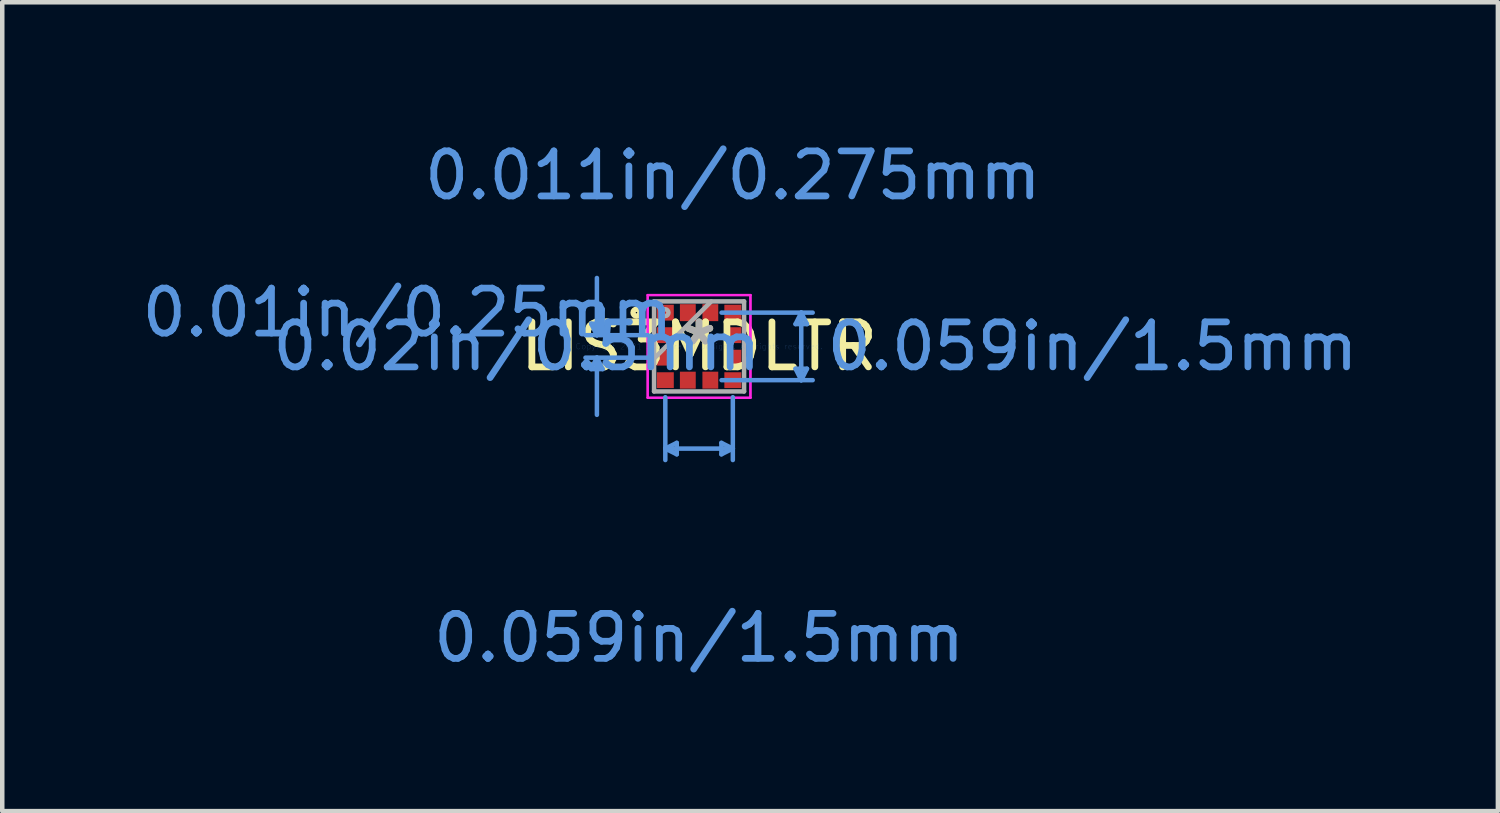
<source format=kicad_pcb>
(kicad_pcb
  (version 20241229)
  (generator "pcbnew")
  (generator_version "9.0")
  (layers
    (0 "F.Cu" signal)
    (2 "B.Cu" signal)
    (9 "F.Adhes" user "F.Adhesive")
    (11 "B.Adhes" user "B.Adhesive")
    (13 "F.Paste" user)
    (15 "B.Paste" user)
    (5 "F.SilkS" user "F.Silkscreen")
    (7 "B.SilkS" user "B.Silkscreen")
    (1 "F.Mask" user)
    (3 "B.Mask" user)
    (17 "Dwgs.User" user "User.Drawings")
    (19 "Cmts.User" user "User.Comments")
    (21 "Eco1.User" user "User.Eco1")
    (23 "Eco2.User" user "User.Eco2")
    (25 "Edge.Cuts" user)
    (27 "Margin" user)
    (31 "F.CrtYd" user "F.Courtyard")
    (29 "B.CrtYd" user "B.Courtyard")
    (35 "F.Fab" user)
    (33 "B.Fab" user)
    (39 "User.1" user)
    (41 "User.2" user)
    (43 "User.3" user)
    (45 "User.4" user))
  (footprint "LIS3MDLTR"
    (layer "F.Cu")
    (at 12.481 4.646)
    (property "Reference" "LIS3MDLTR" (at 0 0 0) (layer "F.SilkS") (effects (font (size 1 1) (thickness 0.15))))
    (attr through_hole)
    (fp_circle (center -1.391 -0.75) (end -1.315 -0.75) (stroke (width 0.12) (type solid)) (fill no) (layer "F.SilkS"))
    (fp_line (start -2.397 -0.504) (end -2.27 -0.25) (stroke (width 0.1) (type solid)) (layer "Cmts.User"))
    (fp_line (start -2.397 0.504) (end -2.27 0.25) (stroke (width 0.1) (type solid)) (layer "Cmts.User"))
    (fp_line (start -2.27 -0.25) (end -2.27 -1.52) (stroke (width 0.1) (type solid)) (layer "Cmts.User"))
    (fp_line (start -2.27 -0.25) (end -2.143 -0.504) (stroke (width 0.1) (type solid)) (layer "Cmts.User"))
    (fp_line (start -2.27 0.25) (end -2.27 1.52) (stroke (width 0.1) (type solid)) (layer "Cmts.User"))
    (fp_line (start -2.27 0.25) (end -2.143 0.504) (stroke (width 0.1) (type solid)) (layer "Cmts.User"))
    (fp_line (start -2.143 -0.504) (end -2.397 -0.504) (stroke (width 0.1) (type solid)) (layer "Cmts.User"))
    (fp_line (start -2.143 0.504) (end -2.397 0.504) (stroke (width 0.1) (type solid)) (layer "Cmts.User"))
    (fp_line (start -1.141 -0.25) (end -2.524 -0.25) (stroke (width 0.1) (type solid)) (layer "Cmts.User"))
    (fp_line (start -1.141 0.25) (end -2.524 0.25) (stroke (width 0.1) (type solid)) (layer "Cmts.User"))
    (fp_line (start -0.75 1.129) (end -0.75 2.524) (stroke (width 0.1) (type solid)) (layer "Cmts.User"))
    (fp_line (start -0.75 2.27) (end -0.496 2.397) (stroke (width 0.1) (type solid)) (layer "Cmts.User"))
    (fp_line (start -0.75 2.27) (end 0.75 2.27) (stroke (width 0.1) (type solid)) (layer "Cmts.User"))
    (fp_line (start -0.496 2.143) (end -0.75 2.27) (stroke (width 0.1) (type solid)) (layer "Cmts.User"))
    (fp_line (start -0.496 2.397) (end -0.496 2.143) (stroke (width 0.1) (type solid)) (layer "Cmts.User"))
    (fp_line (start 0.496 2.143) (end 0.75 2.27) (stroke (width 0.1) (type solid)) (layer "Cmts.User"))
    (fp_line (start 0.496 2.397) (end 0.496 2.143) (stroke (width 0.1) (type solid)) (layer "Cmts.User"))
    (fp_line (start 0.5 -0.75) (end 2.524 -0.75) (stroke (width 0.1) (type solid)) (layer "Cmts.User"))
    (fp_line (start 0.5 0.75) (end 2.524 0.75) (stroke (width 0.1) (type solid)) (layer "Cmts.User"))
    (fp_line (start 0.75 1.129) (end 0.75 2.524) (stroke (width 0.1) (type solid)) (layer "Cmts.User"))
    (fp_line (start 0.75 2.27) (end 0.496 2.397) (stroke (width 0.1) (type solid)) (layer "Cmts.User"))
    (fp_line (start 2.143 -0.496) (end 2.397 -0.496) (stroke (width 0.1) (type solid)) (layer "Cmts.User"))
    (fp_line (start 2.143 0.496) (end 2.397 0.496) (stroke (width 0.1) (type solid)) (layer "Cmts.User"))
    (fp_line (start 2.27 -0.75) (end 2.143 -0.496) (stroke (width 0.1) (type solid)) (layer "Cmts.User"))
    (fp_line (start 2.27 0.75) (end 2.143 0.496) (stroke (width 0.1) (type solid)) (layer "Cmts.User"))
    (fp_line (start 2.27 0.75) (end 2.27 -0.75) (stroke (width 0.1) (type solid)) (layer "Cmts.User"))
    (fp_line (start 2.397 -0.496) (end 2.27 -0.75) (stroke (width 0.1) (type solid)) (layer "Cmts.User"))
    (fp_line (start 2.397 0.496) (end 2.27 0.75) (stroke (width 0.1) (type solid)) (layer "Cmts.User"))
    (fp_line (start -1.141 -1.141) (end 1.141 -1.141) (stroke (width 0.05) (type solid)) (layer "F.CrtYd"))
    (fp_line (start -1.141 -1.141) (end 1.141 -1.141) (stroke (width 0.05) (type solid)) (layer "F.CrtYd"))
    (fp_line (start -1.141 1.141) (end -1.141 -1.141) (stroke (width 0.05) (type solid)) (layer "F.CrtYd"))
    (fp_line (start -1.141 1.141) (end -1.141 -1.141) (stroke (width 0.05) (type solid)) (layer "F.CrtYd"))
    (fp_line (start 1.141 -1.141) (end 1.141 1.141) (stroke (width 0.05) (type solid)) (layer "F.CrtYd"))
    (fp_line (start 1.141 -1.141) (end 1.141 1.141) (stroke (width 0.05) (type solid)) (layer "F.CrtYd"))
    (fp_line (start 1.141 1.141) (end -1.141 1.141) (stroke (width 0.05) (type solid)) (layer "F.CrtYd"))
    (fp_line (start 1.141 1.141) (end -1.141 1.141) (stroke (width 0.05) (type solid)) (layer "F.CrtYd"))
    (fp_line (start -1 -1) (end -1 1) (stroke (width 0.1) (type solid)) (layer "F.Fab"))
    (fp_line (start -1 0.27) (end 0.27 -1) (stroke (width 0.1) (type solid)) (layer "F.Fab"))
    (fp_line (start -1 1) (end 1 1) (stroke (width 0.1) (type solid)) (layer "F.Fab"))
    (fp_line (start 1 -1) (end -1 -1) (stroke (width 0.1) (type solid)) (layer "F.Fab"))
    (fp_line (start 1 1) (end 1 -1) (stroke (width 0.1) (type solid)) (layer "F.Fab"))
    (fp_circle (center -0.756 -0.75) (end -0.68 -0.75) (stroke (width 0.1) (type solid)) (fill no) (layer "F.Fab"))
    (fp_text user "*" (at 0 0 0) (layer "F.SilkS") (effects (font (size 1 1) (thickness 0.15))))
    (fp_text user "0.011in/0.275mm" (at 0.75 -3.798 0) (layer "Cmts.User") (effects (font (size 1 1) (thickness 0.15))))
    (fp_text user "Copyright 2021 Accelerated Designs. All rights reserved." (at 0 0 0) (layer "Cmts.User") (effects (font (size 0.127 0.127) (thickness 0.002))))
    (fp_text user "0.059in/1.5mm" (at 0 6.476 0) (layer "Cmts.User") (effects (font (size 1 1) (thickness 0.15))))
    (fp_text user "0.059in/1.5mm" (at 8.741 0 0) (layer "Cmts.User") (effects (font (size 1 1) (thickness 0.15))))
    (fp_text user "0.02in/0.5mm" (at -4.048 0 0) (layer "Cmts.User") (effects (font (size 1 1) (thickness 0.15))))
    (fp_text user "0.01in/0.25mm" (at -6.476 -0.75 0) (layer "Cmts.User") (effects (font (size 1 1) (thickness 0.15))))
    (fp_text user "*" (at 0 0 0) (layer "F.Fab") (effects (font (size 1 1) (thickness 0.15))))
    (pad "1" smd rect (at -0.75 -0.75) (size 0.377 0.352) (layers "F.Cu" "F.Mask" "F.Paste"))
    (pad "2" smd rect (at -0.75 -0.25) (size 0.377 0.352) (layers "F.Cu" "F.Mask" "F.Paste"))
    (pad "3" smd rect (at -0.75 0.25) (size 0.377 0.352) (layers "F.Cu" "F.Mask" "F.Paste"))
    (pad "4" smd rect (at -0.75 0.75) (size 0.377 0.352) (layers "F.Cu" "F.Mask" "F.Paste"))
    (pad "5" smd rect (at -0.25 0.75 90) (size 0.377 0.352) (layers "F.Cu" "F.Mask" "F.Paste"))
    (pad "6" smd rect (at 0.25 0.75 90) (size 0.377 0.352) (layers "F.Cu" "F.Mask" "F.Paste"))
    (pad "7" smd rect (at 0.75 0.75) (size 0.377 0.352) (layers "F.Cu" "F.Mask" "F.Paste"))
    (pad "8" smd rect (at 0.75 0.25) (size 0.377 0.352) (layers "F.Cu" "F.Mask" "F.Paste"))
    (pad "9" smd rect (at 0.75 -0.25) (size 0.377 0.352) (layers "F.Cu" "F.Mask" "F.Paste"))
    (pad "10" smd rect (at 0.75 -0.75) (size 0.377 0.352) (layers "F.Cu" "F.Mask" "F.Paste"))
    (pad "11" smd rect (at 0.25 -0.75 90) (size 0.377 0.352) (layers "F.Cu" "F.Mask" "F.Paste"))
    (pad "12" smd rect (at -0.25 -0.75 90) (size 0.377 0.352) (layers "F.Cu" "F.Mask" "F.Paste")))
  (gr_rect
    (start -3 -3)
    (end 30.228 14.97)
    (stroke (width 0.1) (type default))
    (fill no)
    (layer "Edge.Cuts")))
</source>
